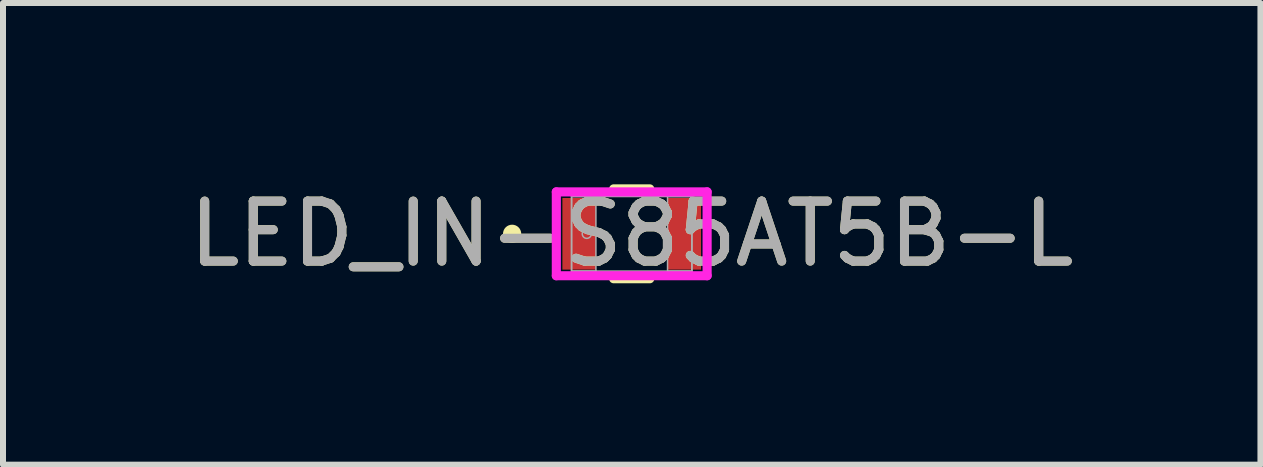
<source format=kicad_pcb>
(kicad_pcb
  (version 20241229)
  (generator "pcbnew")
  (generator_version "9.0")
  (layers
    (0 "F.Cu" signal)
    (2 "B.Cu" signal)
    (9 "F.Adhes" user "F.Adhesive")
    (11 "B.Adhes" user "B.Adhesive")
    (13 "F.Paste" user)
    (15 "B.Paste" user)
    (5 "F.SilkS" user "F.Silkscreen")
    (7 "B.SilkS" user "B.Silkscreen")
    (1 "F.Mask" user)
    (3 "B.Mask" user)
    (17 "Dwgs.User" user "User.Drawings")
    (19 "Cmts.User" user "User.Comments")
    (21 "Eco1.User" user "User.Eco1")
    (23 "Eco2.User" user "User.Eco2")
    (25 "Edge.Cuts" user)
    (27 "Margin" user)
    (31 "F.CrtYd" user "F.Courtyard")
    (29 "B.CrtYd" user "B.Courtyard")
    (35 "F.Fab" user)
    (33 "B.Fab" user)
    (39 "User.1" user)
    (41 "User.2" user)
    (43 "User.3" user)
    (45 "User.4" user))
  (footprint "LED_IN-S85AT5B-L"
    (layer "F.Cu")
    (at 7.482 0.848)
    (property "Reference" "LED_IN-S85AT5B-L" (at 0 0 0) (unlocked yes) (layer "F.SilkS") (effects (font (size 1 1) (thickness 0.15))))
    (attr smd)
    (fp_line (start -0.301 0.749) (end 0.301 0.749) (stroke (width 0.152) (type solid)) (layer "F.SilkS"))
    (fp_line (start 0.301 -0.749) (end -0.301 -0.749) (stroke (width 0.152) (type solid)) (layer "F.SilkS"))
    (fp_circle (center -1.994 0) (end -1.918 0) (stroke (width 0.152) (type solid)) (fill no) (layer "F.SilkS"))
    (fp_line (start -1.257 -0.699) (end 1.257 -0.699) (stroke (width 0.152) (type solid)) (layer "F.CrtYd"))
    (fp_line (start -1.257 0.699) (end -1.257 -0.699) (stroke (width 0.152) (type solid)) (layer "F.CrtYd"))
    (fp_line (start 1.257 -0.699) (end 1.257 0.699) (stroke (width 0.152) (type solid)) (layer "F.CrtYd"))
    (fp_line (start 1.257 0.699) (end -1.257 0.699) (stroke (width 0.152) (type solid)) (layer "F.CrtYd"))
    (fp_line (start -1.003 -0.622) (end -1.003 0.622) (stroke (width 0.025) (type solid)) (layer "F.Fab"))
    (fp_line (start -1.003 -0.622) (end -1.003 0.622) (stroke (width 0.025) (type solid)) (layer "F.Fab"))
    (fp_line (start -1.003 0.622) (end -0.597 0.622) (stroke (width 0.025) (type solid)) (layer "F.Fab"))
    (fp_line (start -1.003 0.622) (end 1.003 0.622) (stroke (width 0.025) (type solid)) (layer "F.Fab"))
    (fp_line (start -0.597 -0.622) (end -1.003 -0.622) (stroke (width 0.025) (type solid)) (layer "F.Fab"))
    (fp_line (start -0.597 0.622) (end -0.597 -0.622) (stroke (width 0.025) (type solid)) (layer "F.Fab"))
    (fp_line (start 0.597 -0.622) (end 0.597 0.622) (stroke (width 0.025) (type solid)) (layer "F.Fab"))
    (fp_line (start 0.597 0.622) (end 1.003 0.622) (stroke (width 0.025) (type solid)) (layer "F.Fab"))
    (fp_line (start 1.003 -0.622) (end -1.003 -0.622) (stroke (width 0.025) (type solid)) (layer "F.Fab"))
    (fp_line (start 1.003 -0.622) (end 0.597 -0.622) (stroke (width 0.025) (type solid)) (layer "F.Fab"))
    (fp_line (start 1.003 0.622) (end 1.003 -0.622) (stroke (width 0.025) (type solid)) (layer "F.Fab"))
    (fp_line (start 1.003 0.622) (end 1.003 -0.622) (stroke (width 0.025) (type solid)) (layer "F.Fab"))
    (fp_circle (center -0.749 0) (end -0.673 0) (stroke (width 0.025) (type solid)) (fill no) (layer "F.Fab"))
    (fp_text user "${REFERENCE}" (at 0 0 0) (unlocked yes) (layer "F.Fab") (effects (font (size 1 1) (thickness 0.15))))
    (pad "1" smd rect (at -0.876 0) (size 0.559 1.194) (layers "F.Cu" "F.Mask" "F.Paste"))
    (pad "2" smd rect (at 0.876 0) (size 0.559 1.194) (layers "F.Cu" "F.Mask" "F.Paste"))
    (zone (net_name "") (layer "F.Cu") (hatch full 0.508) (connect_pads) (min_thickness 0.254) (filled_areas_thickness no) (keepout (tracks not_allowed) (vias not_allowed) (pads allowed) (copperpour not_allowed) (footprints allowed)) (placement (enabled no)) (fill) (polygon (pts (xy 6.936 0.277) (xy 8.028 0.277) (xy 8.028 1.42) (xy 6.936 1.42)))))
  (gr_rect
    (start -3 -3)
    (end 17.964 4.697)
    (stroke (width 0.1) (type default))
    (fill no)
    (layer "Edge.Cuts")))
</source>
